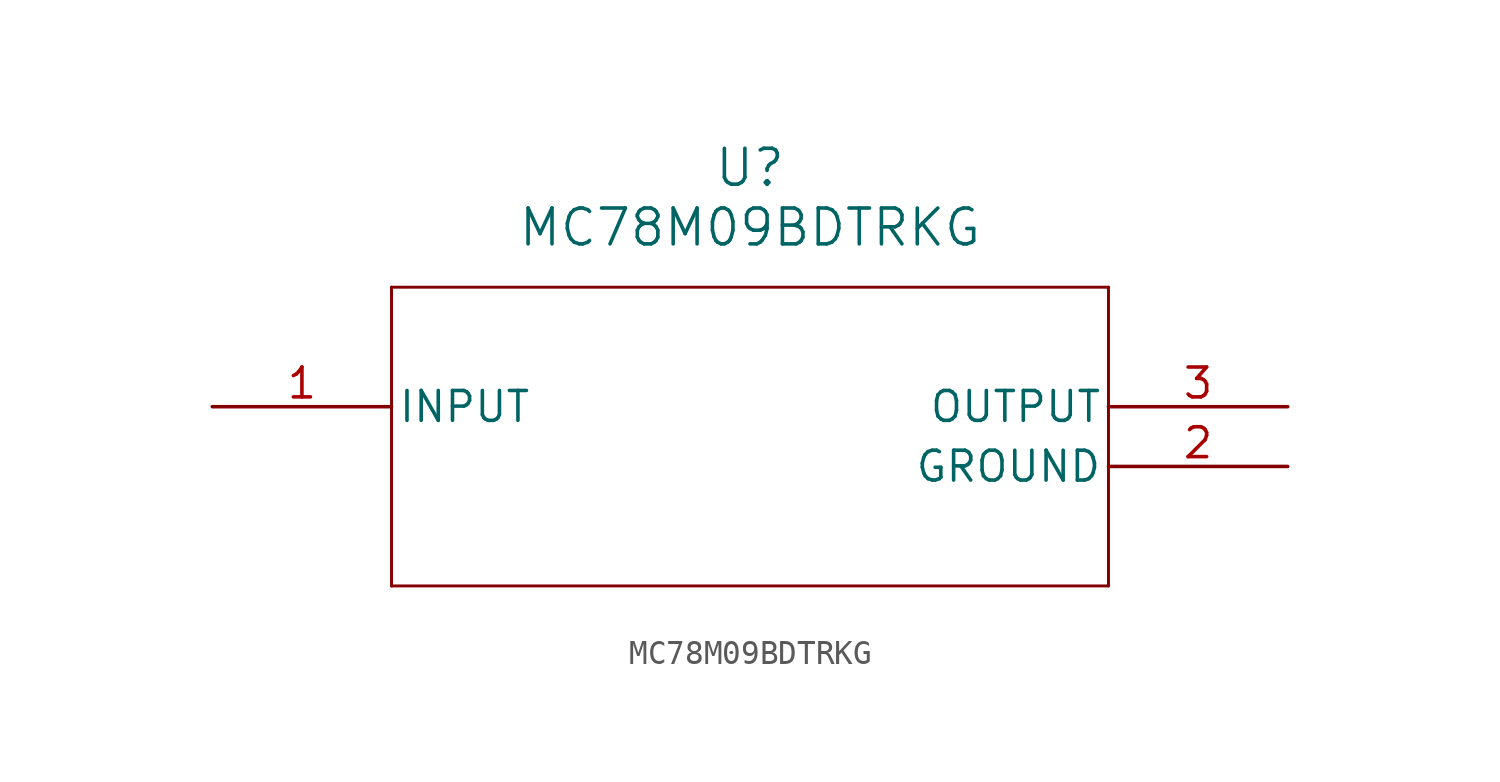
<source format=kicad_sym>
(kicad_symbol_lib
  (version 20211014)
  (generator kicad_symbol_editor)
  (symbol "MC78M09BDTRKG"
    (pin_names
      (offset 0.254))
    (property "Reference" "U"
      (at 22.86 10.16 0)
      (effects (font (size 1.524 1.524))))
    (property "Value" "MC78M09BDTRKG"
      (at 22.86 7.62 0)
      (effects (font (size 1.524 1.524))))
    (symbol "MC78M09BDTRKG_0_1"
      (polyline (pts (xy 7.62 5.08) (xy 7.62 -7.62)) (stroke (width 0.127) (type default) (color 0 0 0 0)) (fill (type none)))
      (polyline (pts (xy 7.62 -7.62) (xy 38.1 -7.62)) (stroke (width 0.127) (type default) (color 0 0 0 0)) (fill (type none)))
      (polyline (pts (xy 38.1 -7.62) (xy 38.1 5.08)) (stroke (width 0.127) (type default) (color 0 0 0 0)) (fill (type none)))
      (polyline (pts (xy 38.1 5.08) (xy 7.62 5.08)) (stroke (width 0.127) (type default) (color 0 0 0 0)) (fill (type none)))
      (pin input line (at 0 0 0) (length 7.62) (name "INPUT" (effects (font (size 1.27 1.27)))) (number "1" (effects (font (size 1.27 1.27)))))
      (pin power_in line (at 45.72 -2.54 180) (length 7.62) (name "GROUND" (effects (font (size 1.27 1.27)))) (number "2" (effects (font (size 1.27 1.27)))))
      (pin output line (at 45.72 0 180) (length 7.62) (name "OUTPUT" (effects (font (size 1.27 1.27)))) (number "3" (effects (font (size 1.27 1.27))))))))
</source>
